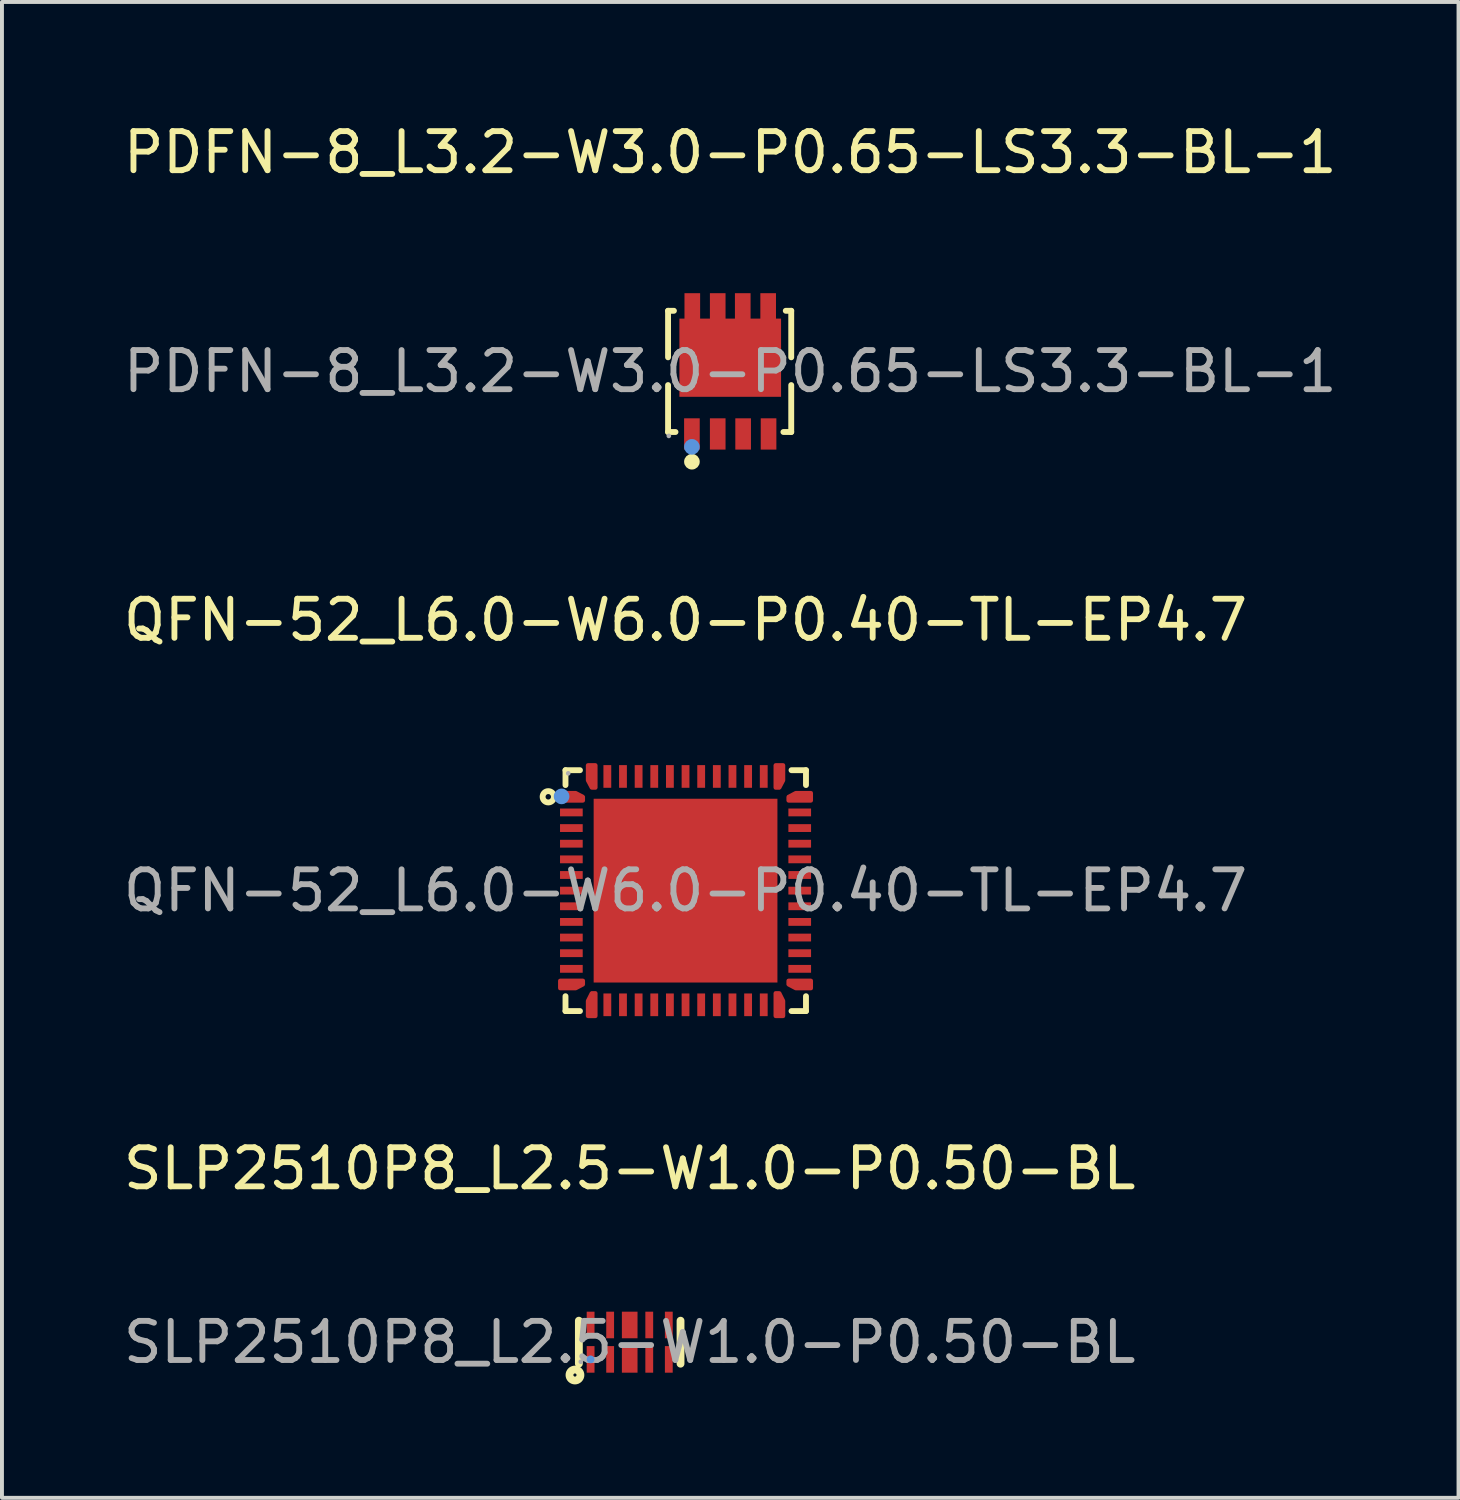
<source format=kicad_pcb>
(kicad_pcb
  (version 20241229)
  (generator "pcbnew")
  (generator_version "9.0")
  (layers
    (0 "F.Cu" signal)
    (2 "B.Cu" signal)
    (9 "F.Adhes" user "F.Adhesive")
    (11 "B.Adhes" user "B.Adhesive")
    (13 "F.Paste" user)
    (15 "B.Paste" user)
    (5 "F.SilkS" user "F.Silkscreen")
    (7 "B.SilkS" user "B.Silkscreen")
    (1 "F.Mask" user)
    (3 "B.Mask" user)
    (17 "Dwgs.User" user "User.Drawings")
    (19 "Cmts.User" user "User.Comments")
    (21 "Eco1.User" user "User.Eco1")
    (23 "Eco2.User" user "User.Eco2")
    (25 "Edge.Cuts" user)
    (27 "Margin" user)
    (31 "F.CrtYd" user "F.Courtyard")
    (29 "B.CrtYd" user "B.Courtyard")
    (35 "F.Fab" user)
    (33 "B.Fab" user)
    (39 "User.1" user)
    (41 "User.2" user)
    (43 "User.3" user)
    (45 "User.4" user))
  (footprint "QFN-52_L6.0-W6.0-P0.40-TL-EP4.7"
    (layer "F.Cu")
    (at 14.482 19.727)
    (property "Reference" "QFN-52_L6.0-W6.0-P0.40-TL-EP4.7" (at 0 -6.92 0) (layer "F.SilkS") (effects (font (size 1 1) (thickness 0.15))))
    (attr smd)
    (fp_line (start -3.07 -3.08) (end -3.07 -2.7) (stroke (width 0.15) (type solid)) (layer "F.SilkS"))
    (fp_line (start -3.07 3.08) (end -3.07 2.7) (stroke (width 0.15) (type solid)) (layer "F.SilkS"))
    (fp_line (start -2.7 -3.08) (end -3.07 -3.08) (stroke (width 0.15) (type solid)) (layer "F.SilkS"))
    (fp_line (start -2.7 3.08) (end -3.07 3.08) (stroke (width 0.15) (type solid)) (layer "F.SilkS"))
    (fp_line (start 2.71 -3.08) (end 3.08 -3.08) (stroke (width 0.15) (type solid)) (layer "F.SilkS"))
    (fp_line (start 2.71 3.08) (end 3.08 3.08) (stroke (width 0.15) (type solid)) (layer "F.SilkS"))
    (fp_line (start 3.08 -3.08) (end 3.08 -2.7) (stroke (width 0.15) (type solid)) (layer "F.SilkS"))
    (fp_line (start 3.08 3.08) (end 3.08 2.7) (stroke (width 0.15) (type solid)) (layer "F.SilkS"))
    (fp_circle (center -3.51 -2.4) (end -3.44 -2.4) (stroke (width 0.15) (type solid)) (fill no) (layer "F.SilkS"))
    (fp_circle (center -3.17 -2.41) (end -3.07 -2.41) (stroke (width 0.2) (type solid)) (fill no) (layer "Cmts.User"))
    (fp_circle (center -3 -3) (end -2.97 -3) (stroke (width 0.06) (type solid)) (fill no) (layer "F.Fab"))
    (fp_text user "${REFERENCE}" (at 0 0 0) (layer "F.Fab") (effects (font (size 1 1) (thickness 0.15))))
    (pad "1" smd custom (at -2.92 -2.4) (size 0.01 0.01) (layers "F.Cu" "F.Mask" "F.Paste") (options (anchor circle)) (primitives (gr_poly (pts (xy 0.11 -0.1) (xy 0.3 0) (xy 0.3 0.1) (xy -0.29 0.1) (xy -0.29 -0.1)) (width 0.1) (fill yes))))
    (pad "2" smd rect (at -2.92 -2 270) (size 0.2 0.58) (layers "F.Cu" "F.Mask" "F.Paste"))
    (pad "3" smd rect (at -2.92 -1.6 270) (size 0.2 0.58) (layers "F.Cu" "F.Mask" "F.Paste"))
    (pad "4" smd rect (at -2.92 -1.2 270) (size 0.2 0.58) (layers "F.Cu" "F.Mask" "F.Paste"))
    (pad "5" smd rect (at -2.92 -0.8 270) (size 0.2 0.58) (layers "F.Cu" "F.Mask" "F.Paste"))
    (pad "6" smd rect (at -2.92 -0.4 270) (size 0.2 0.58) (layers "F.Cu" "F.Mask" "F.Paste"))
    (pad "7" smd rect (at -2.92 0 270) (size 0.2 0.58) (layers "F.Cu" "F.Mask" "F.Paste"))
    (pad "8" smd rect (at -2.92 0.4 270) (size 0.2 0.58) (layers "F.Cu" "F.Mask" "F.Paste"))
    (pad "9" smd rect (at -2.92 0.8 270) (size 0.2 0.58) (layers "F.Cu" "F.Mask" "F.Paste"))
    (pad "10" smd rect (at -2.92 1.2 270) (size 0.2 0.58) (layers "F.Cu" "F.Mask" "F.Paste"))
    (pad "11" smd rect (at -2.92 1.6 270) (size 0.2 0.58) (layers "F.Cu" "F.Mask" "F.Paste"))
    (pad "12" smd rect (at -2.92 2 270) (size 0.2 0.58) (layers "F.Cu" "F.Mask" "F.Paste"))
    (pad "13" smd custom (at -2.92 2.4) (size 0.01 0.01) (layers "F.Cu" "F.Mask" "F.Paste") (options (anchor circle)) (primitives (gr_poly (pts (xy 0.11 0.1) (xy 0.3 0) (xy 0.3 -0.1) (xy -0.29 -0.1) (xy -0.29 0.1)) (width 0.1) (fill yes))))
    (pad "14" smd custom (at -2.4 2.92) (size 0.01 0.01) (layers "F.Cu" "F.Mask" "F.Paste") (options (anchor circle)) (primitives (gr_poly (pts (xy -0.1 -0.1) (xy 0 -0.3) (xy 0.1 -0.3) (xy 0.1 0.29) (xy -0.1 0.29)) (width 0.1) (fill yes))))
    (pad "15" smd rect (at -2 2.92 270) (size 0.58 0.2) (layers "F.Cu" "F.Mask" "F.Paste"))
    (pad "16" smd rect (at -1.6 2.92 270) (size 0.58 0.2) (layers "F.Cu" "F.Mask" "F.Paste"))
    (pad "17" smd rect (at -1.2 2.92 270) (size 0.58 0.2) (layers "F.Cu" "F.Mask" "F.Paste"))
    (pad "18" smd rect (at -0.8 2.92 270) (size 0.58 0.2) (layers "F.Cu" "F.Mask" "F.Paste"))
    (pad "19" smd rect (at -0.4 2.92 270) (size 0.58 0.2) (layers "F.Cu" "F.Mask" "F.Paste"))
    (pad "20" smd rect (at 0 2.92 270) (size 0.58 0.2) (layers "F.Cu" "F.Mask" "F.Paste"))
    (pad "21" smd rect (at 0.4 2.92 270) (size 0.58 0.2) (layers "F.Cu" "F.Mask" "F.Paste"))
    (pad "22" smd rect (at 0.8 2.92 270) (size 0.58 0.2) (layers "F.Cu" "F.Mask" "F.Paste"))
    (pad "23" smd rect (at 1.2 2.92 270) (size 0.58 0.2) (layers "F.Cu" "F.Mask" "F.Paste"))
    (pad "24" smd rect (at 1.6 2.92 270) (size 0.58 0.2) (layers "F.Cu" "F.Mask" "F.Paste"))
    (pad "25" smd rect (at 2 2.92 270) (size 0.58 0.2) (layers "F.Cu" "F.Mask" "F.Paste"))
    (pad "26" smd custom (at 2.4 2.92) (size 0.01 0.01) (layers "F.Cu" "F.Mask" "F.Paste") (options (anchor circle)) (primitives (gr_poly (pts (xy 0.1 -0.1) (xy 0 -0.3) (xy -0.1 -0.3) (xy -0.1 0.29) (xy 0.1 0.29)) (width 0.1) (fill yes))))
    (pad "27" smd custom (at 2.92 2.4) (size 0.01 0.01) (layers "F.Cu" "F.Mask" "F.Paste") (options (anchor circle)) (primitives (gr_poly (pts (xy -0.1 0.1) (xy -0.29 0) (xy -0.29 -0.1) (xy 0.29 -0.1) (xy 0.29 0.1)) (width 0.1) (fill yes))))
    (pad "28" smd rect (at 2.92 2 270) (size 0.2 0.58) (layers "F.Cu" "F.Mask" "F.Paste"))
    (pad "29" smd rect (at 2.92 1.6 270) (size 0.2 0.58) (layers "F.Cu" "F.Mask" "F.Paste"))
    (pad "30" smd rect (at 2.92 1.2 270) (size 0.2 0.58) (layers "F.Cu" "F.Mask" "F.Paste"))
    (pad "31" smd rect (at 2.92 0.8 270) (size 0.2 0.58) (layers "F.Cu" "F.Mask" "F.Paste"))
    (pad "32" smd rect (at 2.92 0.4 270) (size 0.2 0.58) (layers "F.Cu" "F.Mask" "F.Paste"))
    (pad "33" smd rect (at 2.92 0 270) (size 0.2 0.58) (layers "F.Cu" "F.Mask" "F.Paste"))
    (pad "34" smd rect (at 2.92 -0.4 270) (size 0.2 0.58) (layers "F.Cu" "F.Mask" "F.Paste"))
    (pad "35" smd rect (at 2.92 -0.8 270) (size 0.2 0.58) (layers "F.Cu" "F.Mask" "F.Paste"))
    (pad "36" smd rect (at 2.92 -1.2 270) (size 0.2 0.58) (layers "F.Cu" "F.Mask" "F.Paste"))
    (pad "37" smd rect (at 2.92 -1.6 270) (size 0.2 0.58) (layers "F.Cu" "F.Mask" "F.Paste"))
    (pad "38" smd rect (at 2.92 -2 270) (size 0.2 0.58) (layers "F.Cu" "F.Mask" "F.Paste"))
    (pad "39" smd custom (at 2.92 -2.4) (size 0.01 0.01) (layers "F.Cu" "F.Mask" "F.Paste") (options (anchor circle)) (primitives (gr_poly (pts (xy -0.1 -0.1) (xy -0.29 0) (xy -0.29 0.1) (xy 0.29 0.1) (xy 0.29 -0.1)) (width 0.1) (fill yes))))
    (pad "40" smd custom (at 2.4 -2.92) (size 0.01 0.01) (layers "F.Cu" "F.Mask" "F.Paste") (options (anchor circle)) (primitives (gr_poly (pts (xy 0.1 0.1) (xy 0 0.29) (xy -0.1 0.29) (xy -0.1 -0.29) (xy 0.1 -0.29)) (width 0.1) (fill yes))))
    (pad "41" smd rect (at 2 -2.92 270) (size 0.58 0.2) (layers "F.Cu" "F.Mask" "F.Paste"))
    (pad "42" smd rect (at 1.6 -2.92 270) (size 0.58 0.2) (layers "F.Cu" "F.Mask" "F.Paste"))
    (pad "43" smd rect (at 1.2 -2.92 270) (size 0.58 0.2) (layers "F.Cu" "F.Mask" "F.Paste"))
    (pad "44" smd rect (at 0.8 -2.92 270) (size 0.58 0.2) (layers "F.Cu" "F.Mask" "F.Paste"))
    (pad "45" smd rect (at 0.4 -2.92 270) (size 0.58 0.2) (layers "F.Cu" "F.Mask" "F.Paste"))
    (pad "46" smd rect (at 0 -2.92 270) (size 0.58 0.2) (layers "F.Cu" "F.Mask" "F.Paste"))
    (pad "47" smd rect (at -0.4 -2.92 270) (size 0.58 0.2) (layers "F.Cu" "F.Mask" "F.Paste"))
    (pad "48" smd rect (at -0.8 -2.92 270) (size 0.58 0.2) (layers "F.Cu" "F.Mask" "F.Paste"))
    (pad "49" smd rect (at -1.2 -2.92 270) (size 0.58 0.2) (layers "F.Cu" "F.Mask" "F.Paste"))
    (pad "50" smd rect (at -1.6 -2.92 270) (size 0.58 0.2) (layers "F.Cu" "F.Mask" "F.Paste"))
    (pad "51" smd rect (at -2 -2.92 270) (size 0.58 0.2) (layers "F.Cu" "F.Mask" "F.Paste"))
    (pad "52" smd custom (at -2.4 -2.92) (size 0.01 0.01) (layers "F.Cu" "F.Mask" "F.Paste") (options (anchor circle)) (primitives (gr_poly (pts (xy -0.1 0.1) (xy 0 0.29) (xy 0.1 0.29) (xy 0.1 -0.29) (xy -0.1 -0.29)) (width 0.1) (fill yes))))
    (pad "53" smd rect (at 0 0 270) (size 4.7 4.7) (layers "F.Cu" "F.Mask" "F.Paste")))
  (footprint "PDFN-8_L3.2-W3.0-P0.65-LS3.3-BL-1"
    (layer "F.Cu")
    (at 15.625 6.448)
    (property "Reference" "PDFN-8_L3.2-W3.0-P0.65-LS3.3-BL-1" (at 0 -5.6 0) (layer "F.SilkS") (effects (font (size 1 1) (thickness 0.15))))
    (attr through_hole)
    (fp_line (start -1.59 -1.55) (end -1.44 -1.55) (stroke (width 0.15) (type solid)) (layer "F.SilkS"))
    (fp_line (start -1.59 -0.36) (end -1.59 -1.55) (stroke (width 0.15) (type solid)) (layer "F.SilkS"))
    (fp_line (start -1.59 1.55) (end -1.59 0.35) (stroke (width 0.15) (type solid)) (layer "F.SilkS"))
    (fp_line (start -1.59 1.55) (end -1.4 1.55) (stroke (width 0.15) (type solid)) (layer "F.SilkS"))
    (fp_line (start 1.36 1.55) (end 1.56 1.55) (stroke (width 0.15) (type solid)) (layer "F.SilkS"))
    (fp_line (start 1.42 -1.55) (end 1.56 -1.55) (stroke (width 0.15) (type solid)) (layer "F.SilkS"))
    (fp_line (start 1.56 -1.55) (end 1.56 -0.36) (stroke (width 0.15) (type solid)) (layer "F.SilkS"))
    (fp_line (start 1.56 0.35) (end 1.56 1.55) (stroke (width 0.15) (type solid)) (layer "F.SilkS"))
    (fp_circle (center -0.98 2.31) (end -0.88 2.31) (stroke (width 0.2) (type solid)) (fill no) (layer "F.SilkS"))
    (fp_circle (center -0.98 1.93) (end -0.88 1.93) (stroke (width 0.2) (type solid)) (fill no) (layer "Cmts.User"))
    (fp_circle (center -1.57 1.65) (end -1.54 1.65) (stroke (width 0.06) (type solid)) (fill no) (layer "F.Fab"))
    (fp_text user "${REFERENCE}" (at 0 0 0) (layer "F.Fab") (effects (font (size 1 1) (thickness 0.15))))
    (pad "1" smd rect (at -0.98 1.6) (size 0.4 0.8) (layers "F.Cu" "F.Mask" "F.Paste"))
    (pad "2" smd rect (at -0.32 1.6) (size 0.4 0.8) (layers "F.Cu" "F.Mask" "F.Paste"))
    (pad "3" smd rect (at 0.33 1.6) (size 0.4 0.8) (layers "F.Cu" "F.Mask" "F.Paste"))
    (pad "4" smd rect (at 0.98 1.6) (size 0.4 0.8) (layers "F.Cu" "F.Mask" "F.Paste"))
    (pad "5" smd rect (at 0.97 -1.6 180) (size 0.4 0.8) (layers "F.Cu" "F.Mask" "F.Paste"))
    (pad "6" smd rect (at 0.32 -1.6 180) (size 0.4 0.8) (layers "F.Cu" "F.Mask" "F.Paste"))
    (pad "7" smd rect (at -0.32 -1.6 180) (size 0.4 0.8) (layers "F.Cu" "F.Mask" "F.Paste"))
    (pad "8" smd rect (at -0.97 -1.6 180) (size 0.4 0.8) (layers "F.Cu" "F.Mask" "F.Paste"))
    (pad "9" smd rect (at 0 -0.35) (size 2.6 2) (layers "F.Cu" "F.Mask" "F.Paste")))
  (footprint "SLP2510P8_L2.5-W1.0-P0.50-BL"
    (layer "F.Cu")
    (at 13.054 31.275)
    (property "Reference" "SLP2510P8_L2.5-W1.0-P0.50-BL" (at 0 -4.44 0) (layer "F.SilkS") (effects (font (size 1 1) (thickness 0.15))))
    (attr smd)
    (fp_line (start -1.3 -0.55) (end -1.3 0.55) (stroke (width 0.2) (type solid)) (layer "F.SilkS"))
    (fp_line (start 1.3 -0.55) (end 1.3 0.55) (stroke (width 0.2) (type solid)) (layer "F.SilkS"))
    (fp_circle (center -1.4 0.84) (end -1.36 0.84) (stroke (width 0.2) (type solid)) (fill no) (layer "F.SilkS"))
    (fp_circle (center -1 0.44) (end -0.95 0.44) (stroke (width 0.1) (type solid)) (fill no) (layer "Cmts.User"))
    (fp_circle (center -1.25 0.5) (end -1.22 0.5) (stroke (width 0.06) (type solid)) (fill no) (layer "F.Fab"))
    (fp_text user "${REFERENCE}" (at 0 0 0) (layer "F.Fab") (effects (font (size 1 1) (thickness 0.15))))
    (pad "1" smd rect (at -1 0.44) (size 0.2 0.68) (layers "F.Cu" "F.Mask" "F.Paste"))
    (pad "2" smd rect (at -0.5 0.44) (size 0.2 0.68) (layers "F.Cu" "F.Mask" "F.Paste"))
    (pad "3" smd rect (at 0 0.44) (size 0.4 0.68) (layers "F.Cu" "F.Mask" "F.Paste"))
    (pad "4" smd rect (at 0.5 0.44) (size 0.2 0.68) (layers "F.Cu" "F.Mask" "F.Paste"))
    (pad "5" smd rect (at 1 0.44) (size 0.2 0.68) (layers "F.Cu" "F.Mask" "F.Paste"))
    (pad "6" smd rect (at 1 -0.44) (size 0.2 0.68) (layers "F.Cu" "F.Mask" "F.Paste"))
    (pad "7" smd rect (at 0.5 -0.44) (size 0.2 0.68) (layers "F.Cu" "F.Mask" "F.Paste"))
    (pad "8" smd rect (at 0 -0.44) (size 0.4 0.68) (layers "F.Cu" "F.Mask" "F.Paste"))
    (pad "9" smd rect (at -0.5 -0.44) (size 0.2 0.68) (layers "F.Cu" "F.Mask" "F.Paste"))
    (pad "10" smd rect (at -1 -0.44) (size 0.2 0.68) (layers "F.Cu" "F.Mask" "F.Paste")))
  (gr_rect
    (start -3 -3)
    (end 34.25 35.255)
    (stroke (width 0.1) (type default))
    (fill no)
    (layer "Edge.Cuts")))
</source>
